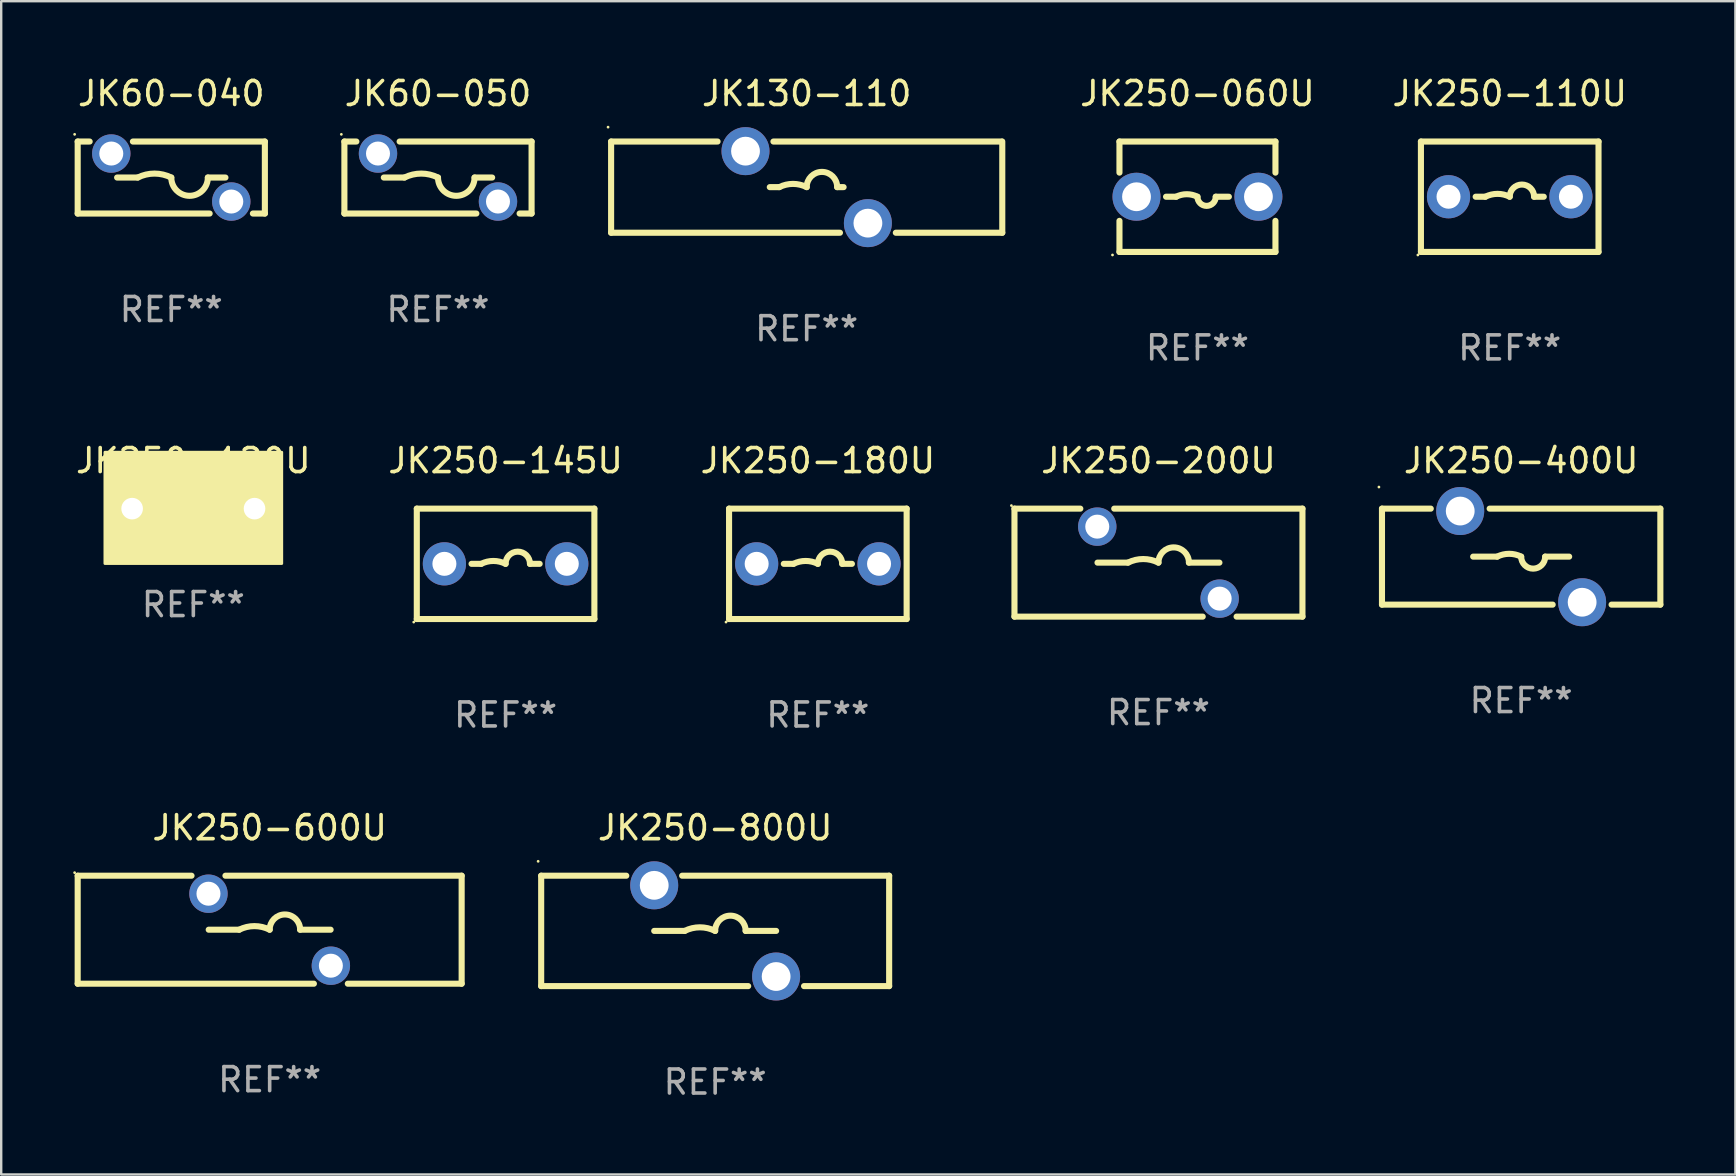
<source format=kicad_pcb>
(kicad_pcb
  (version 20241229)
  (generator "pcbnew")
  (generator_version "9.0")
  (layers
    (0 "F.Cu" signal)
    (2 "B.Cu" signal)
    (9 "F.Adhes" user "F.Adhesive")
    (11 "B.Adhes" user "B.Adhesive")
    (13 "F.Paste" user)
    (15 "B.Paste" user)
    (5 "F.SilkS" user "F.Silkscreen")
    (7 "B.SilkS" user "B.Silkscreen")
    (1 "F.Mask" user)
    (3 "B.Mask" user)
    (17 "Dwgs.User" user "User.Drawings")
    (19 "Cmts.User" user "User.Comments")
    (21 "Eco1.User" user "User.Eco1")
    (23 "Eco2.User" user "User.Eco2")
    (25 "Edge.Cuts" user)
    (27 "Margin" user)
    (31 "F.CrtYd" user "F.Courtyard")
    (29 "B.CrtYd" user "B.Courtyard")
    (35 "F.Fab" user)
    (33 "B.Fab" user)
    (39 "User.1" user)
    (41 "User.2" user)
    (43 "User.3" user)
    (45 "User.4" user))
  (footprint "JK250-060U"
    (layer "F.Cu")
    (at 46.848 5.148)
    (property "Reference" "JK250-060U" (at 0 -4.3 0) (layer "F.SilkS") (effects (font (size 1 1) (thickness 0.15))))
    (attr through_hole)
    (fp_line (start -3.25 -1.005) (end -3.25 -2.3) (stroke (width 0.254) (type solid)) (layer "F.SilkS"))
    (fp_line (start -3.25 2.3) (end -3.25 1.005) (stroke (width 0.254) (type solid)) (layer "F.SilkS"))
    (fp_line (start -3.25 -2.3) (end 3.25 -2.3) (stroke (width 0.254) (type solid)) (layer "F.SilkS"))
    (fp_line (start -1.309 0) (end -0.889 0) (stroke (width 0.254) (type solid)) (layer "F.SilkS"))
    (fp_line (start 1.309 0) (end 0.762 0) (stroke (width 0.254) (type solid)) (layer "F.SilkS"))
    (fp_line (start 3.25 2.3) (end -3.25 2.3) (stroke (width 0.254) (type solid)) (layer "F.SilkS"))
    (fp_line (start 3.25 -2.3) (end 3.25 -1.005) (stroke (width 0.254) (type solid)) (layer "F.SilkS"))
    (fp_line (start 3.25 1.005) (end 3.25 2.3) (stroke (width 0.254) (type solid)) (layer "F.SilkS"))
    (fp_arc (start -0.889014 0) (mid -0.444513 -0.104932) (end -0.000012 0.000001) (stroke (width 0.254001) (type solid)) (layer "F.SilkS"))
    (fp_arc (start 0.761989 0) (mid 0.380988 0.381001) (end -0.000013 0) (stroke (width 0.254001) (type solid)) (layer "F.SilkS"))
    (fp_circle (center -3.54 2.427) (end -3.51 2.427) (stroke (width 0.06) (type solid)) (fill no) (layer "F.SilkS"))
    (fp_text user "REF**" (at 0 6.3 0) (layer "F.Fab") (effects (font (size 1 1) (thickness 0.15))))
    (pad "1" thru_hole circle (at -2.54 0) (size 2 2) (drill 1.2) (layers "*.Cu" "*.Mask"))
    (pad "2" thru_hole circle (at 2.54 0) (size 2 2) (drill 1.2) (layers "*.Cu" "*.Mask")))
  (footprint "JK250-400U"
    (layer "F.Cu")
    (at 60.337 20.145)
    (property "Reference" "JK250-400U" (at 0 -4 0) (layer "F.SilkS") (effects (font (size 1 1) (thickness 0.15))))
    (attr through_hole)
    (fp_line (start -5.8 -2) (end -5.8 2) (stroke (width 0.254) (type solid)) (layer "F.SilkS"))
    (fp_line (start -5.8 -2) (end -3.767 -2) (stroke (width 0.254) (type solid)) (layer "F.SilkS"))
    (fp_line (start -5.8 2) (end 1.313 2) (stroke (width 0.254) (type solid)) (layer "F.SilkS"))
    (fp_line (start -1.313 -2) (end 5.8 -2) (stroke (width 0.254) (type solid)) (layer "F.SilkS"))
    (fp_line (start -1 0) (end -2 0) (stroke (width 0.254) (type solid)) (layer "F.SilkS"))
    (fp_line (start 1 0) (end 2 0) (stroke (width 0.254) (type solid)) (layer "F.SilkS"))
    (fp_line (start 3.767 2) (end 5.8 2) (stroke (width 0.254) (type solid)) (layer "F.SilkS"))
    (fp_line (start 5.8 -2) (end 5.8 2) (stroke (width 0.254) (type solid)) (layer "F.SilkS"))
    (fp_arc (start -1 0) (mid -0.5 -0.118021) (end 0 0) (stroke (width 0.254001) (type solid)) (layer "F.SilkS"))
    (fp_arc (start 1.000762 0) (mid 0.500381 0.500127) (end 0 0) (stroke (width 0.254001) (type solid)) (layer "F.SilkS"))
    (fp_circle (center -5.927 -2.9) (end -5.897 -2.9) (stroke (width 0.06) (type solid)) (fill no) (layer "F.SilkS"))
    (fp_text user "REF**" (at 0 6 0) (layer "F.Fab") (effects (font (size 1 1) (thickness 0.15))))
    (pad "1" thru_hole circle (at -2.54 -1.9) (size 2 2) (drill 1.2) (layers "*.Cu" "*.Mask"))
    (pad "2" thru_hole circle (at 2.54 1.9) (size 2 2) (drill 1.2) (layers "*.Cu" "*.Mask")))
  (footprint "JK250-600U"
    (layer "F.Cu")
    (at 8.187 35.691)
    (property "Reference" "JK250-600U" (at 0 -4.25 0) (layer "F.SilkS") (effects (font (size 1 1) (thickness 0.15))))
    (attr through_hole)
    (fp_line (start -8 -2.25) (end -3.256 -2.25) (stroke (width 0.254) (type solid)) (layer "F.SilkS"))
    (fp_line (start -8 2.25) (end -8 -2.25) (stroke (width 0.254) (type solid)) (layer "F.SilkS"))
    (fp_line (start -8 2.25) (end 1.843 2.25) (stroke (width 0.254) (type solid)) (layer "F.SilkS"))
    (fp_line (start -2.54 0) (end -1.27 0) (stroke (width 0.254) (type solid)) (layer "F.SilkS"))
    (fp_line (start -1.843 -2.25) (end 8 -2.25) (stroke (width 0.254) (type solid)) (layer "F.SilkS"))
    (fp_line (start 2.54 0) (end 1.27 0) (stroke (width 0.254) (type solid)) (layer "F.SilkS"))
    (fp_line (start 3.256 2.25) (end 8 2.25) (stroke (width 0.254) (type solid)) (layer "F.SilkS"))
    (fp_line (start 8 -2.25) (end 8 2.25) (stroke (width 0.254) (type solid)) (layer "F.SilkS"))
    (fp_arc (start -1.270003 0) (mid -0.635001 -0.149904) (end 0 0) (stroke (width 0.254001) (type solid)) (layer "F.SilkS"))
    (fp_arc (start -0.000001 0) (mid 0.635001 -0.635002) (end 1.270003 0) (stroke (width 0.254001) (type solid)) (layer "F.SilkS"))
    (fp_circle (center -8.127 -2.377) (end -8.097 -2.377) (stroke (width 0.06) (type solid)) (fill no) (layer "F.SilkS"))
    (fp_text user "REF**" (at 0 6.25 0) (layer "F.Fab") (effects (font (size 1 1) (thickness 0.15))))
    (pad "1" thru_hole circle (at -2.55 -1.5) (size 1.6 1.6) (drill 1) (layers "*.Cu" "*.Mask"))
    (pad "2" thru_hole circle (at 2.55 1.5) (size 1.6 1.6) (drill 1) (layers "*.Cu" "*.Mask")))
  (footprint "JK250-120U"
    (layer "F.Cu")
    (at 5.006 18.145)
    (property "Reference" "JK250-120U" (at 0 -2 0) (layer "F.SilkS") (effects (font (size 1 1) (thickness 0.15))))
    (attr through_hole)
    (fp_line (start -1.103 0) (end -1.403 0) (stroke (width 0.254) (type solid)) (layer "F.SilkS"))
    (fp_line (start 0.897 0) (end 1.197 0) (stroke (width 0.254) (type solid)) (layer "F.SilkS"))
    (fp_arc (start -1.103759 0) (mid -0.603378 -0.118151) (end -0.102997 0) (stroke (width 0.254001) (type solid)) (layer "F.SilkS"))
    (fp_arc (start 0.897765 0) (mid 0.397384 0.500127) (end -0.102997 0) (stroke (width 0.254001) (type solid)) (layer "F.SilkS"))
    (fp_circle (center -3.5 2.25) (end -3.47 2.25) (stroke (width 0.06) (type solid)) (fill no) (layer "F.SilkS"))
    (fp_poly (pts (xy -3.683 -2.35) (xy 3.683 -2.35) (xy 3.683 2.286) (xy -3.683 2.286)) (stroke (width 0.12) (type solid)) (fill yes) (layer "F.SilkS"))
    (fp_text user "REF**" (at 0 4 0) (layer "F.Fab") (effects (font (size 1 1) (thickness 0.15))))
    (pad "1" thru_hole circle (at -2.55 0) (size 1.524 1.524) (drill 0.9) (layers "*.Cu" "*.Mask"))
    (pad "2" thru_hole circle (at 2.55 0) (size 1.524 1.524) (drill 0.9) (layers "*.Cu" "*.Mask")))
  (footprint "JK250-800U"
    (layer "F.Cu")
    (at 26.751 35.741)
    (property "Reference" "JK250-800U" (at 0 -4.3 0) (layer "F.SilkS") (effects (font (size 1 1) (thickness 0.15))))
    (attr through_hole)
    (fp_line (start -7.25 -2.3) (end -3.704 -2.3) (stroke (width 0.254) (type solid)) (layer "F.SilkS"))
    (fp_line (start -7.25 2.3) (end -7.25 -2.3) (stroke (width 0.254) (type solid)) (layer "F.SilkS"))
    (fp_line (start -7.25 2.3) (end 1.376 2.3) (stroke (width 0.254) (type solid)) (layer "F.SilkS"))
    (fp_line (start -2.54 0) (end -1.27 0) (stroke (width 0.254) (type solid)) (layer "F.SilkS"))
    (fp_line (start -1.376 -2.3) (end 7.25 -2.3) (stroke (width 0.254) (type solid)) (layer "F.SilkS"))
    (fp_line (start 2.54 0) (end 1.27 0) (stroke (width 0.254) (type solid)) (layer "F.SilkS"))
    (fp_line (start 3.704 2.3) (end 7.25 2.3) (stroke (width 0.254) (type solid)) (layer "F.SilkS"))
    (fp_line (start 7.25 -2.3) (end 7.25 2.3) (stroke (width 0.254) (type solid)) (layer "F.SilkS"))
    (fp_arc (start -1.270015 0) (mid -0.635014 -0.149903) (end -0.000012 0) (stroke (width 0.254001) (type solid)) (layer "F.SilkS"))
    (fp_arc (start -0.000012 0) (mid 0.634989 -0.635001) (end 1.26999 0) (stroke (width 0.254001) (type solid)) (layer "F.SilkS"))
    (fp_circle (center -7.377 -2.9) (end -7.347 -2.9) (stroke (width 0.06) (type solid)) (fill no) (layer "F.SilkS"))
    (fp_text user "REF**" (at 0 6.3 0) (layer "F.Fab") (effects (font (size 1 1) (thickness 0.15))))
    (pad "1" thru_hole circle (at -2.54 -1.9) (size 2 2) (drill 1.2) (layers "*.Cu" "*.Mask"))
    (pad "2" thru_hole circle (at 2.54 1.9) (size 2 2) (drill 1.2) (layers "*.Cu" "*.Mask")))
  (footprint "JK250-200U"
    (layer "F.Cu")
    (at 45.223 20.395)
    (property "Reference" "JK250-200U" (at 0 -4.25 0) (layer "F.SilkS") (effects (font (size 1 1) (thickness 0.15))))
    (attr through_hole)
    (fp_line (start -6 -2.25) (end -3.256 -2.25) (stroke (width 0.254) (type solid)) (layer "F.SilkS"))
    (fp_line (start -6 2.25) (end -6 -2.25) (stroke (width 0.254) (type solid)) (layer "F.SilkS"))
    (fp_line (start -2.54 -0.000025) (end -1.27 -0.000025) (stroke (width 0.254) (type solid)) (layer "F.SilkS"))
    (fp_line (start -1.843 -2.25) (end 6 -2.25) (stroke (width 0.254) (type solid)) (layer "F.SilkS"))
    (fp_line (start 1.844 2.25) (end -6 2.25) (stroke (width 0.254) (type solid)) (layer "F.SilkS"))
    (fp_line (start 2.54 -0.000025) (end 1.27 -0.000025) (stroke (width 0.254) (type solid)) (layer "F.SilkS"))
    (fp_line (start 6 -2.25) (end 6 2.25) (stroke (width 0.254) (type solid)) (layer "F.SilkS"))
    (fp_line (start 6 2.25) (end 3.256 2.25) (stroke (width 0.254) (type solid)) (layer "F.SilkS"))
    (fp_arc (start -1.270003 -0.000025) (mid -0.635002 -0.149929) (end -0.000001 -0.000026) (stroke (width 0.254001) (type solid)) (layer "F.SilkS"))
    (fp_arc (start -0.000255 0.000229) (mid 0.634747 -0.6349) (end 1.270003 -0.000025) (stroke (width 0.254001) (type solid)) (layer "F.SilkS"))
    (fp_circle (center -6.127 -2.377) (end -6.097 -2.377) (stroke (width 0.06) (type solid)) (fill no) (layer "F.SilkS"))
    (fp_text user "REF**" (at 0 6.25 0) (layer "F.Fab") (effects (font (size 1 1) (thickness 0.15))))
    (pad "1" thru_hole circle (at -2.55 -1.5) (size 1.6 1.6) (drill 1) (layers "*.Cu" "*.Mask"))
    (pad "2" thru_hole circle (at 2.55 1.5) (size 1.6 1.6) (drill 1) (layers "*.Cu" "*.Mask")))
  (footprint "JK250-110U"
    (layer "F.Cu")
    (at 59.86 5.148)
    (property "Reference" "JK250-110U" (at 0 -4.3 0) (layer "F.SilkS") (effects (font (size 1 1) (thickness 0.15))))
    (attr through_hole)
    (fp_line (start -3.7 -2.3) (end 3.7 -2.3) (stroke (width 0.254) (type solid)) (layer "F.SilkS"))
    (fp_line (start -3.7 2.3) (end -3.7 -2.3) (stroke (width 0.254) (type solid)) (layer "F.SilkS"))
    (fp_line (start -1.419 0) (end -1.016 0) (stroke (width 0.254) (type solid)) (layer "F.SilkS"))
    (fp_line (start 1.419 0) (end 1.016 0) (stroke (width 0.254) (type solid)) (layer "F.SilkS"))
    (fp_line (start 3.7 -2.3) (end 3.7 2.3) (stroke (width 0.254) (type solid)) (layer "F.SilkS"))
    (fp_line (start 3.7 2.3) (end -3.7 2.3) (stroke (width 0.254) (type solid)) (layer "F.SilkS"))
    (fp_arc (start -1.016002 0) (mid -0.508001 -0.119923) (end 0 0) (stroke (width 0.254001) (type solid)) (layer "F.SilkS"))
    (fp_arc (start 0 0) (mid 0.508001 -0.508001) (end 1.016002 0) (stroke (width 0.254001) (type solid)) (layer "F.SilkS"))
    (fp_circle (center -3.827 2.427) (end -3.797 2.427) (stroke (width 0.06) (type solid)) (fill no) (layer "F.SilkS"))
    (fp_text user "REF**" (at 0 6.3 0) (layer "F.Fab") (effects (font (size 1 1) (thickness 0.15))))
    (pad "1" thru_hole circle (at -2.55 0) (size 1.8 1.8) (drill 1) (layers "*.Cu" "*.Mask"))
    (pad "2" thru_hole circle (at 2.55 0) (size 1.8 1.8) (drill 1) (layers "*.Cu" "*.Mask")))
  (footprint "JK130-110"
    (layer "F.Cu")
    (at 30.565 4.748)
    (property "Reference" "JK130-110" (at 0 -3.9 0) (layer "F.SilkS") (effects (font (size 1 1) (thickness 0.15))))
    (attr through_hole)
    (fp_line (start -8.15 -1.9) (end -8.15 1.9) (stroke (width 0.254) (type solid)) (layer "F.SilkS"))
    (fp_line (start -8.15 -1.9) (end -3.714 -1.9) (stroke (width 0.254) (type solid)) (layer "F.SilkS"))
    (fp_line (start -8.15 1.9) (end 1.386 1.9) (stroke (width 0.254) (type solid)) (layer "F.SilkS"))
    (fp_line (start -1.538 0) (end -1.143 0) (stroke (width 0.254) (type solid)) (layer "F.SilkS"))
    (fp_line (start -1.386 -1.9) (end 8.128 -1.9) (stroke (width 0.254) (type solid)) (layer "F.SilkS"))
    (fp_line (start 1.538 0) (end 1.27 0) (stroke (width 0.254) (type solid)) (layer "F.SilkS"))
    (fp_line (start 3.714 1.9) (end 8.15 1.9) (stroke (width 0.254) (type solid)) (layer "F.SilkS"))
    (fp_line (start 8.15 -1.9) (end 8.15 1.9) (stroke (width 0.254) (type solid)) (layer "F.SilkS"))
    (fp_arc (start -1.143028 0) (mid -0.571527 -0.134913) (end -0.000026 0) (stroke (width 0.254001) (type solid)) (layer "F.SilkS"))
    (fp_arc (start -0.000025 0) (mid 0.634976 -0.635001) (end 1.269977 0) (stroke (width 0.254001) (type solid)) (layer "F.SilkS"))
    (fp_circle (center -8.277 -2.5) (end -8.247 -2.5) (stroke (width 0.06) (type solid)) (fill no) (layer "F.SilkS"))
    (fp_text user "REF**" (at 0 5.9 0) (layer "F.Fab") (effects (font (size 1 1) (thickness 0.15))))
    (pad "1" thru_hole circle (at -2.55 -1.5) (size 2 2) (drill 1.2) (layers "*.Cu" "*.Mask"))
    (pad "2" thru_hole circle (at 2.55 1.5) (size 2 2) (drill 1.2) (layers "*.Cu" "*.Mask")))
  (footprint "JK60-050"
    (layer "F.Cu")
    (at 15.201 4.348)
    (property "Reference" "JK60-050" (at 0 -3.5 0) (layer "F.SilkS") (effects (font (size 1 1) (thickness 0.15))))
    (attr through_hole)
    (fp_line (start -3.9 -1.5) (end -3.401 -1.5) (stroke (width 0.254) (type solid)) (layer "F.SilkS"))
    (fp_line (start -3.9 1.5) (end -3.9 -1.5) (stroke (width 0.254) (type solid)) (layer "F.SilkS"))
    (fp_line (start -3.9 1.5) (end 1.599 1.5) (stroke (width 0.254) (type solid)) (layer "F.SilkS"))
    (fp_line (start -2.257 0.000127) (end -1.397 0.000127) (stroke (width 0.254) (type solid)) (layer "F.SilkS"))
    (fp_line (start -1.599 -1.5) (end 3.9 -1.5) (stroke (width 0.254) (type solid)) (layer "F.SilkS"))
    (fp_line (start 2.257 0.000127) (end 1.524 0.000127) (stroke (width 0.254) (type solid)) (layer "F.SilkS"))
    (fp_line (start 3.401 1.5) (end 3.9 1.5) (stroke (width 0.254) (type solid)) (layer "F.SilkS"))
    (fp_line (start 3.9 -1.5) (end 3.9 1.5) (stroke (width 0.254) (type solid)) (layer "F.SilkS"))
    (fp_arc (start -1.397003 0.000127) (mid -0.698501 -0.164767) (end 0 0.000127) (stroke (width 0.254001) (type solid)) (layer "F.SilkS"))
    (fp_arc (start 1.524003 0.000127) (mid 0.762129 0.761443) (end 0.000635 -0.000253) (stroke (width 0.254001) (type solid)) (layer "F.SilkS"))
    (fp_circle (center -4.027 -1.8) (end -3.997 -1.8) (stroke (width 0.06) (type solid)) (fill no) (layer "F.SilkS"))
    (fp_text user "REF**" (at 0 5.5 0) (layer "F.Fab") (effects (font (size 1 1) (thickness 0.15))))
    (pad "1" thru_hole circle (at -2.5 -1) (size 1.6 1.6) (drill 1) (layers "*.Cu" "*.Mask"))
    (pad "2" thru_hole circle (at 2.5 1) (size 1.6 1.6) (drill 1) (layers "*.Cu" "*.Mask")))
  (footprint "JK60-040"
    (layer "F.Cu")
    (at 4.087 4.348)
    (property "Reference" "JK60-040" (at 0 -3.5 0) (layer "F.SilkS") (effects (font (size 1 1) (thickness 0.15))))
    (attr through_hole)
    (fp_line (start -3.9 -1.5) (end -3.401 -1.5) (stroke (width 0.254) (type solid)) (layer "F.SilkS"))
    (fp_line (start -3.9 1.5) (end -3.9 -1.5) (stroke (width 0.254) (type solid)) (layer "F.SilkS"))
    (fp_line (start -3.9 1.5) (end 1.599 1.5) (stroke (width 0.254) (type solid)) (layer "F.SilkS"))
    (fp_line (start -2.257 0.000127) (end -1.397 0.000127) (stroke (width 0.254) (type solid)) (layer "F.SilkS"))
    (fp_line (start -1.599 -1.5) (end 3.9 -1.5) (stroke (width 0.254) (type solid)) (layer "F.SilkS"))
    (fp_line (start 2.257 0.000127) (end 1.524 0.000127) (stroke (width 0.254) (type solid)) (layer "F.SilkS"))
    (fp_line (start 3.401 1.5) (end 3.9 1.5) (stroke (width 0.254) (type solid)) (layer "F.SilkS"))
    (fp_line (start 3.9 -1.5) (end 3.9 1.5) (stroke (width 0.254) (type solid)) (layer "F.SilkS"))
    (fp_arc (start -1.397003 0.000127) (mid -0.698501 -0.164767) (end 0 0.000127) (stroke (width 0.254001) (type solid)) (layer "F.SilkS"))
    (fp_arc (start 1.524003 0.000127) (mid 0.762129 0.761443) (end 0.000635 -0.000253) (stroke (width 0.254001) (type solid)) (layer "F.SilkS"))
    (fp_circle (center -4.027 -1.8) (end -3.997 -1.8) (stroke (width 0.06) (type solid)) (fill no) (layer "F.SilkS"))
    (fp_text user "REF**" (at 0 5.5 0) (layer "F.Fab") (effects (font (size 1 1) (thickness 0.15))))
    (pad "1" thru_hole circle (at -2.5 -1) (size 1.6 1.6) (drill 1) (layers "*.Cu" "*.Mask"))
    (pad "2" thru_hole circle (at 2.5 1) (size 1.6 1.6) (drill 1) (layers "*.Cu" "*.Mask")))
  (footprint "JK250-180U"
    (layer "F.Cu")
    (at 31.03 20.445)
    (property "Reference" "JK250-180U" (at 0 -4.3 0) (layer "F.SilkS") (effects (font (size 1 1) (thickness 0.15))))
    (attr through_hole)
    (fp_line (start -3.7 -2.3) (end 3.7 -2.3) (stroke (width 0.254) (type solid)) (layer "F.SilkS"))
    (fp_line (start -3.7 2.3) (end -3.7 -2.3) (stroke (width 0.254) (type solid)) (layer "F.SilkS"))
    (fp_line (start -1.419 0) (end -1.016 0) (stroke (width 0.254) (type solid)) (layer "F.SilkS"))
    (fp_line (start 1.419 0) (end 1.016 0) (stroke (width 0.254) (type solid)) (layer "F.SilkS"))
    (fp_line (start 3.7 -2.3) (end 3.7 2.3) (stroke (width 0.254) (type solid)) (layer "F.SilkS"))
    (fp_line (start 3.7 2.3) (end -3.7 2.3) (stroke (width 0.254) (type solid)) (layer "F.SilkS"))
    (fp_arc (start -1.016002 0) (mid -0.508001 -0.119923) (end 0 0) (stroke (width 0.254001) (type solid)) (layer "F.SilkS"))
    (fp_arc (start 0 0) (mid 0.508001 -0.508001) (end 1.016002 0) (stroke (width 0.254001) (type solid)) (layer "F.SilkS"))
    (fp_circle (center -3.827 2.427) (end -3.797 2.427) (stroke (width 0.06) (type solid)) (fill no) (layer "F.SilkS"))
    (fp_text user "REF**" (at 0 6.3 0) (layer "F.Fab") (effects (font (size 1 1) (thickness 0.15))))
    (pad "1" thru_hole circle (at -2.55 0) (size 1.8 1.8) (drill 1) (layers "*.Cu" "*.Mask"))
    (pad "2" thru_hole circle (at 2.55 0) (size 1.8 1.8) (drill 1) (layers "*.Cu" "*.Mask")))
  (footprint "JK250-145U"
    (layer "F.Cu")
    (at 18.018 20.445)
    (property "Reference" "JK250-145U" (at 0 -4.3 0) (layer "F.SilkS") (effects (font (size 1 1) (thickness 0.15))))
    (attr through_hole)
    (fp_line (start -3.7 -2.3) (end 3.7 -2.3) (stroke (width 0.254) (type solid)) (layer "F.SilkS"))
    (fp_line (start -3.7 2.3) (end -3.7 -2.3) (stroke (width 0.254) (type solid)) (layer "F.SilkS"))
    (fp_line (start -1.419 0) (end -1.016 0) (stroke (width 0.254) (type solid)) (layer "F.SilkS"))
    (fp_line (start 1.419 0) (end 1.016 0) (stroke (width 0.254) (type solid)) (layer "F.SilkS"))
    (fp_line (start 3.7 -2.3) (end 3.7 2.3) (stroke (width 0.254) (type solid)) (layer "F.SilkS"))
    (fp_line (start 3.7 2.3) (end -3.7 2.3) (stroke (width 0.254) (type solid)) (layer "F.SilkS"))
    (fp_arc (start -1.016002 0) (mid -0.508001 -0.119923) (end 0 0) (stroke (width 0.254001) (type solid)) (layer "F.SilkS"))
    (fp_arc (start 0 0) (mid 0.508001 -0.508001) (end 1.016002 0) (stroke (width 0.254001) (type solid)) (layer "F.SilkS"))
    (fp_circle (center -3.827 2.427) (end -3.797 2.427) (stroke (width 0.06) (type solid)) (fill no) (layer "F.SilkS"))
    (fp_text user "REF**" (at 0 6.3 0) (layer "F.Fab") (effects (font (size 1 1) (thickness 0.15))))
    (pad "1" thru_hole circle (at -2.55 0) (size 1.8 1.8) (drill 1) (layers "*.Cu" "*.Mask"))
    (pad "2" thru_hole circle (at 2.55 0) (size 1.8 1.8) (drill 1) (layers "*.Cu" "*.Mask")))
  (gr_rect
    (start -3 -3)
    (end 69.264 45.89)
    (stroke (width 0.1) (type default))
    (fill no)
    (layer "Edge.Cuts")))
</source>
